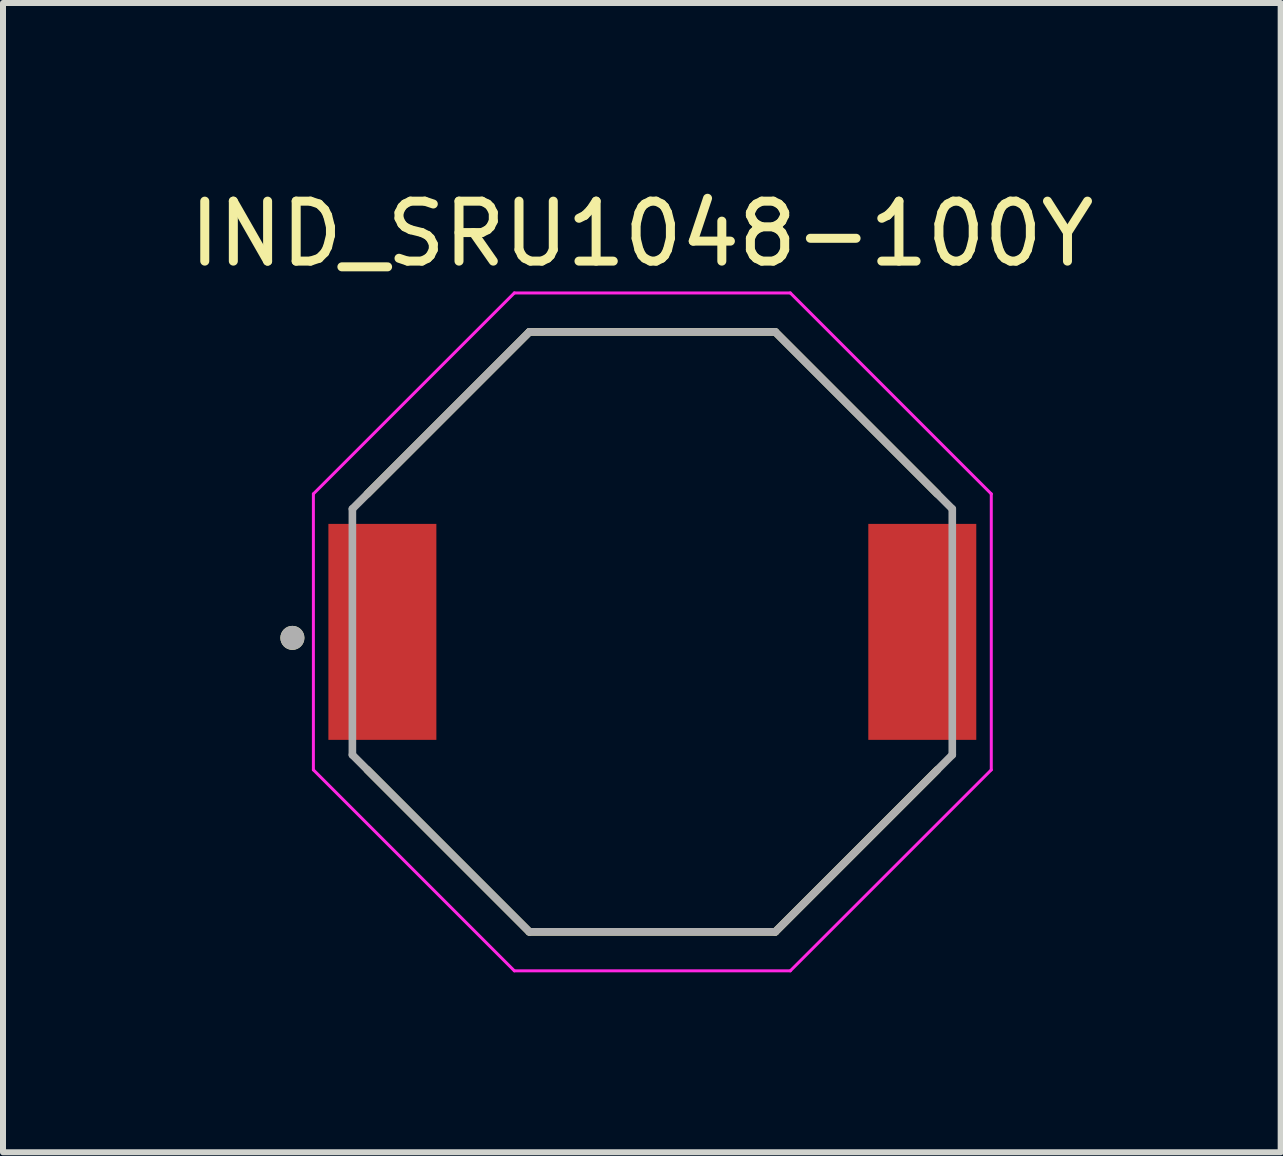
<source format=kicad_pcb>
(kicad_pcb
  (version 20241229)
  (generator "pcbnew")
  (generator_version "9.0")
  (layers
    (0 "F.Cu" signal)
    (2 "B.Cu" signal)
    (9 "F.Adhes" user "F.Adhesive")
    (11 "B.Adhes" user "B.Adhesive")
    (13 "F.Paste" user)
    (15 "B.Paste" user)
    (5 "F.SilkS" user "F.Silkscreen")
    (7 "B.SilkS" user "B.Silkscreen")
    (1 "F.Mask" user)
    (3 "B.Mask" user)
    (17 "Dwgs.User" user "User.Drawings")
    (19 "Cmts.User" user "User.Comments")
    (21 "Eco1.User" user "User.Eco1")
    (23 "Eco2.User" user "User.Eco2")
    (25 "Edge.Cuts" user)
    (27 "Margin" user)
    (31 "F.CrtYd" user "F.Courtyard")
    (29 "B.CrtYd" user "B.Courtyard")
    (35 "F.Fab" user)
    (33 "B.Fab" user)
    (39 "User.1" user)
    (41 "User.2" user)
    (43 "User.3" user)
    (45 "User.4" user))
  (footprint "IND_SRU1048-100Y"
    (layer "F.Cu")
    (at 7.824 7.483)
    (property "Reference" "IND_SRU1048-100Y" (at -0.175 -6.635 0) (layer "F.SilkS") (effects (font (size 1 1) (thickness 0.15))))
    (attr smd)
    (fp_line (start -4.75 -2.3) (end -2.05 -5) (stroke (width 0.127) (type solid)) (layer "F.SilkS"))
    (fp_line (start -2.05 -5) (end 2.05 -5) (stroke (width 0.127) (type solid)) (layer "F.SilkS"))
    (fp_line (start -2.05 5) (end -4.75 2.3) (stroke (width 0.127) (type solid)) (layer "F.SilkS"))
    (fp_line (start 2.05 -5) (end 4.75 -2.3) (stroke (width 0.127) (type solid)) (layer "F.SilkS"))
    (fp_line (start 2.05 5) (end -2.05 5) (stroke (width 0.127) (type solid)) (layer "F.SilkS"))
    (fp_line (start 4.75 2.3) (end 2.05 5) (stroke (width 0.127) (type solid)) (layer "F.SilkS"))
    (fp_circle (center -6 0.1) (end -5.9 0.1) (stroke (width 0.2) (type solid)) (fill no) (layer "F.SilkS"))
    (fp_line (start -5.65 -2.3) (end -2.3 -5.65) (stroke (width 0.05) (type solid)) (layer "F.CrtYd"))
    (fp_line (start -5.65 2.3) (end -5.65 -2.3) (stroke (width 0.05) (type solid)) (layer "F.CrtYd"))
    (fp_line (start -2.3 -5.65) (end 2.3 -5.65) (stroke (width 0.05) (type solid)) (layer "F.CrtYd"))
    (fp_line (start -2.3 5.65) (end -5.65 2.3) (stroke (width 0.05) (type solid)) (layer "F.CrtYd"))
    (fp_line (start 2.3 -5.65) (end 5.65 -2.3) (stroke (width 0.05) (type solid)) (layer "F.CrtYd"))
    (fp_line (start 2.3 5.65) (end -2.3 5.65) (stroke (width 0.05) (type solid)) (layer "F.CrtYd"))
    (fp_line (start 5.65 -2.3) (end 5.65 2.3) (stroke (width 0.05) (type solid)) (layer "F.CrtYd"))
    (fp_line (start 5.65 2.3) (end 2.3 5.65) (stroke (width 0.05) (type solid)) (layer "F.CrtYd"))
    (fp_line (start -5 -2.05) (end -2.05 -5) (stroke (width 0.127) (type solid)) (layer "F.Fab"))
    (fp_line (start -5 2.05) (end -5 -2.05) (stroke (width 0.127) (type solid)) (layer "F.Fab"))
    (fp_line (start -2.05 -5) (end 2.05 -5) (stroke (width 0.127) (type solid)) (layer "F.Fab"))
    (fp_line (start -2.05 5) (end -5 2.05) (stroke (width 0.127) (type solid)) (layer "F.Fab"))
    (fp_line (start 2.05 -5) (end 5 -2.05) (stroke (width 0.127) (type solid)) (layer "F.Fab"))
    (fp_line (start 2.05 5) (end -2.05 5) (stroke (width 0.127) (type solid)) (layer "F.Fab"))
    (fp_line (start 5 -2.05) (end 5 2.05) (stroke (width 0.127) (type solid)) (layer "F.Fab"))
    (fp_line (start 5 2.05) (end 2.05 5) (stroke (width 0.127) (type solid)) (layer "F.Fab"))
    (fp_circle (center -6 0.1) (end -5.9 0.1) (stroke (width 0.2) (type solid)) (fill no) (layer "F.Fab"))
    (pad "1" smd rect (at -4.5 0) (size 1.8 3.6) (layers "F.Cu" "F.Mask" "F.Paste"))
    (pad "2" smd rect (at 4.5 0) (size 1.8 3.6) (layers "F.Cu" "F.Mask" "F.Paste")))
  (gr_rect
    (start -3 -3)
    (end 18.298 16.158)
    (stroke (width 0.1) (type default))
    (fill no)
    (layer "Edge.Cuts")))
</source>
